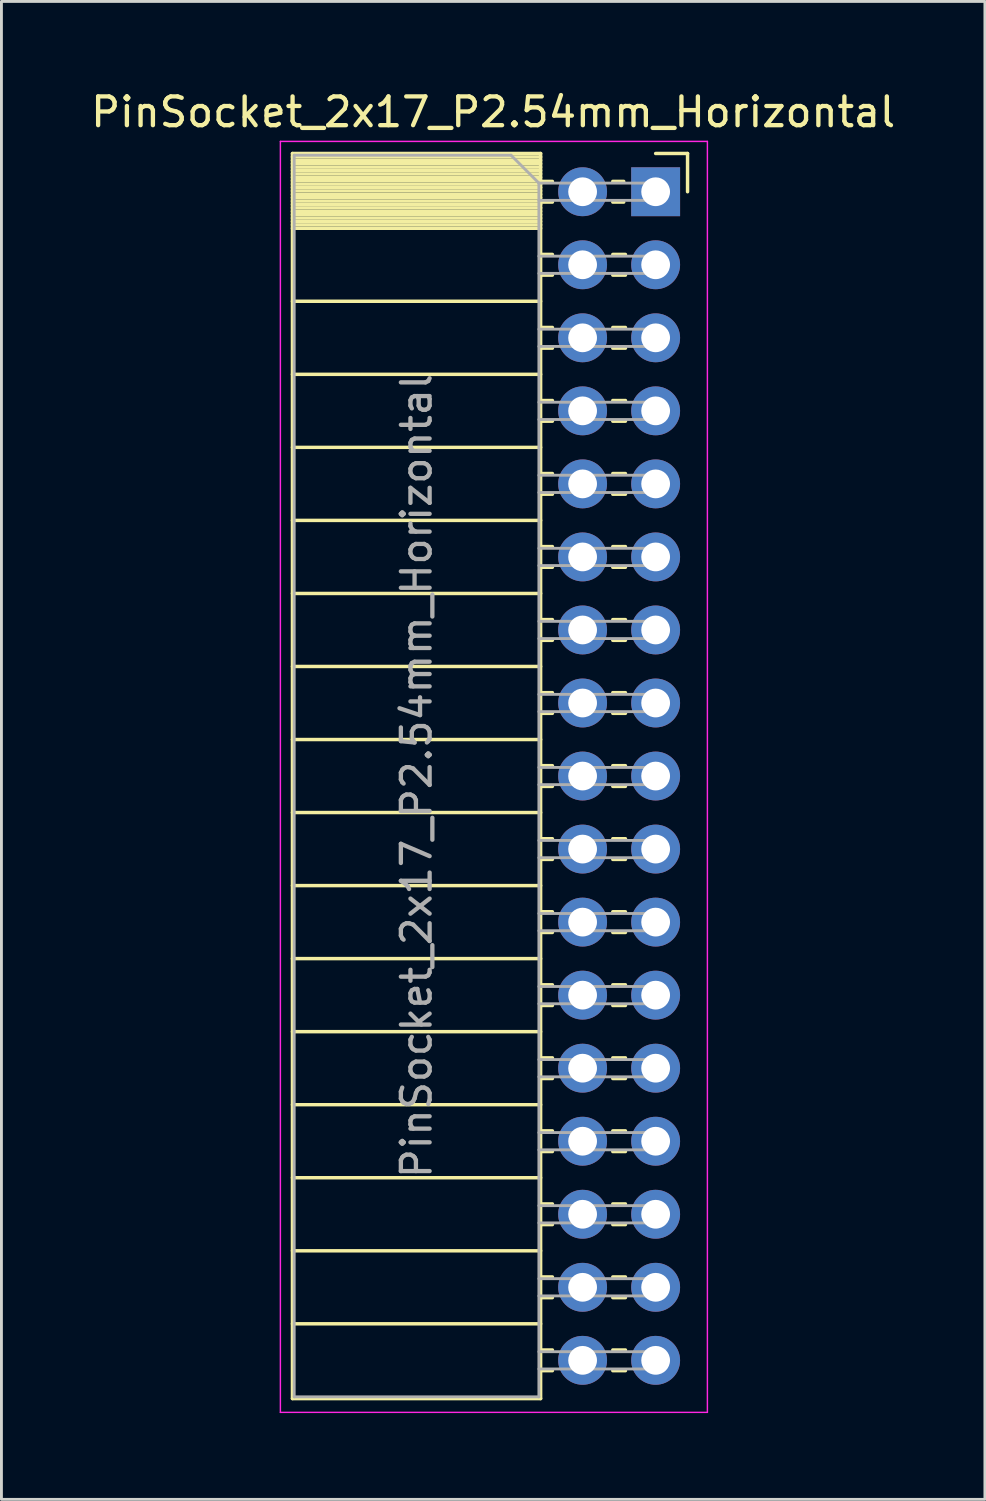
<source format=kicad_pcb>
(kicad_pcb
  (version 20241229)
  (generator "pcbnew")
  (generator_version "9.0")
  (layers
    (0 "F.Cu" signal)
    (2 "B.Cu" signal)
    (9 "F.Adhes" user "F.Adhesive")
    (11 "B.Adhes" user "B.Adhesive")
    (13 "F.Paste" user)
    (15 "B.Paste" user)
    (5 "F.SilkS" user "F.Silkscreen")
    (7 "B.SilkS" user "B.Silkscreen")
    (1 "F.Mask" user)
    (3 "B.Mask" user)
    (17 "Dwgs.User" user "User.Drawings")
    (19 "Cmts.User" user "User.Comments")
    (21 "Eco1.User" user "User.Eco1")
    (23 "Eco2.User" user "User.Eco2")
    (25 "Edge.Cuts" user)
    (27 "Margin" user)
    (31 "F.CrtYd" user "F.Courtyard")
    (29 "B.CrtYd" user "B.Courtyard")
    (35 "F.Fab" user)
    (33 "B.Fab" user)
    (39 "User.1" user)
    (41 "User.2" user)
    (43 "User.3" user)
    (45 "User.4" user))
  (footprint "PinSocket_2x17_P2.54mm_Horizontal"
    (layer "F.Cu")
    (at 19.751 3.618)
    (property "Reference" "PinSocket_2x17_P2.54mm_Horizontal" (at -5.65 -2.77 0) (layer "F.SilkS") (effects (font (size 1 1) (thickness 0.15))))
    (attr through_hole)
    (fp_line (start -12.63 -1.33) (end -12.63 41.97) (stroke (width 0.12) (type solid)) (layer "F.SilkS"))
    (fp_line (start -12.63 -1.33) (end -4 -1.33) (stroke (width 0.12) (type solid)) (layer "F.SilkS"))
    (fp_line (start -12.63 -1.21) (end -4 -1.21) (stroke (width 0.12) (type solid)) (layer "F.SilkS"))
    (fp_line (start -12.63 -1.092) (end -4 -1.092) (stroke (width 0.12) (type solid)) (layer "F.SilkS"))
    (fp_line (start -12.63 -0.974) (end -4 -0.974) (stroke (width 0.12) (type solid)) (layer "F.SilkS"))
    (fp_line (start -12.63 -0.856) (end -4 -0.856) (stroke (width 0.12) (type solid)) (layer "F.SilkS"))
    (fp_line (start -12.63 -0.738) (end -4 -0.738) (stroke (width 0.12) (type solid)) (layer "F.SilkS"))
    (fp_line (start -12.63 -0.62) (end -4 -0.62) (stroke (width 0.12) (type solid)) (layer "F.SilkS"))
    (fp_line (start -12.63 -0.501) (end -4 -0.501) (stroke (width 0.12) (type solid)) (layer "F.SilkS"))
    (fp_line (start -12.63 -0.383) (end -4 -0.383) (stroke (width 0.12) (type solid)) (layer "F.SilkS"))
    (fp_line (start -12.63 -0.265) (end -4 -0.265) (stroke (width 0.12) (type solid)) (layer "F.SilkS"))
    (fp_line (start -12.63 -0.147) (end -4 -0.147) (stroke (width 0.12) (type solid)) (layer "F.SilkS"))
    (fp_line (start -12.63 -0.029) (end -4 -0.029) (stroke (width 0.12) (type solid)) (layer "F.SilkS"))
    (fp_line (start -12.63 0.089) (end -4 0.089) (stroke (width 0.12) (type solid)) (layer "F.SilkS"))
    (fp_line (start -12.63 0.207) (end -4 0.207) (stroke (width 0.12) (type solid)) (layer "F.SilkS"))
    (fp_line (start -12.63 0.325) (end -4 0.325) (stroke (width 0.12) (type solid)) (layer "F.SilkS"))
    (fp_line (start -12.63 0.443) (end -4 0.443) (stroke (width 0.12) (type solid)) (layer "F.SilkS"))
    (fp_line (start -12.63 0.561) (end -4 0.561) (stroke (width 0.12) (type solid)) (layer "F.SilkS"))
    (fp_line (start -12.63 0.68) (end -4 0.68) (stroke (width 0.12) (type solid)) (layer "F.SilkS"))
    (fp_line (start -12.63 0.798) (end -4 0.798) (stroke (width 0.12) (type solid)) (layer "F.SilkS"))
    (fp_line (start -12.63 0.916) (end -4 0.916) (stroke (width 0.12) (type solid)) (layer "F.SilkS"))
    (fp_line (start -12.63 1.034) (end -4 1.034) (stroke (width 0.12) (type solid)) (layer "F.SilkS"))
    (fp_line (start -12.63 1.152) (end -4 1.152) (stroke (width 0.12) (type solid)) (layer "F.SilkS"))
    (fp_line (start -12.63 1.27) (end -4 1.27) (stroke (width 0.12) (type solid)) (layer "F.SilkS"))
    (fp_line (start -12.63 3.81) (end -4 3.81) (stroke (width 0.12) (type solid)) (layer "F.SilkS"))
    (fp_line (start -12.63 6.35) (end -4 6.35) (stroke (width 0.12) (type solid)) (layer "F.SilkS"))
    (fp_line (start -12.63 8.89) (end -4 8.89) (stroke (width 0.12) (type solid)) (layer "F.SilkS"))
    (fp_line (start -12.63 11.43) (end -4 11.43) (stroke (width 0.12) (type solid)) (layer "F.SilkS"))
    (fp_line (start -12.63 13.97) (end -4 13.97) (stroke (width 0.12) (type solid)) (layer "F.SilkS"))
    (fp_line (start -12.63 16.51) (end -4 16.51) (stroke (width 0.12) (type solid)) (layer "F.SilkS"))
    (fp_line (start -12.63 19.05) (end -4 19.05) (stroke (width 0.12) (type solid)) (layer "F.SilkS"))
    (fp_line (start -12.63 21.59) (end -4 21.59) (stroke (width 0.12) (type solid)) (layer "F.SilkS"))
    (fp_line (start -12.63 24.13) (end -4 24.13) (stroke (width 0.12) (type solid)) (layer "F.SilkS"))
    (fp_line (start -12.63 26.67) (end -4 26.67) (stroke (width 0.12) (type solid)) (layer "F.SilkS"))
    (fp_line (start -12.63 29.21) (end -4 29.21) (stroke (width 0.12) (type solid)) (layer "F.SilkS"))
    (fp_line (start -12.63 31.75) (end -4 31.75) (stroke (width 0.12) (type solid)) (layer "F.SilkS"))
    (fp_line (start -12.63 34.29) (end -4 34.29) (stroke (width 0.12) (type solid)) (layer "F.SilkS"))
    (fp_line (start -12.63 36.83) (end -4 36.83) (stroke (width 0.12) (type solid)) (layer "F.SilkS"))
    (fp_line (start -12.63 39.37) (end -4 39.37) (stroke (width 0.12) (type solid)) (layer "F.SilkS"))
    (fp_line (start -12.63 41.97) (end -4 41.97) (stroke (width 0.12) (type solid)) (layer "F.SilkS"))
    (fp_line (start -4 -1.33) (end -4 41.97) (stroke (width 0.12) (type solid)) (layer "F.SilkS"))
    (fp_line (start -4 -0.36) (end -3.59 -0.36) (stroke (width 0.12) (type solid)) (layer "F.SilkS"))
    (fp_line (start -4 0.36) (end -3.59 0.36) (stroke (width 0.12) (type solid)) (layer "F.SilkS"))
    (fp_line (start -4 2.18) (end -3.59 2.18) (stroke (width 0.12) (type solid)) (layer "F.SilkS"))
    (fp_line (start -4 2.9) (end -3.59 2.9) (stroke (width 0.12) (type solid)) (layer "F.SilkS"))
    (fp_line (start -4 4.72) (end -3.59 4.72) (stroke (width 0.12) (type solid)) (layer "F.SilkS"))
    (fp_line (start -4 5.44) (end -3.59 5.44) (stroke (width 0.12) (type solid)) (layer "F.SilkS"))
    (fp_line (start -4 7.26) (end -3.59 7.26) (stroke (width 0.12) (type solid)) (layer "F.SilkS"))
    (fp_line (start -4 7.98) (end -3.59 7.98) (stroke (width 0.12) (type solid)) (layer "F.SilkS"))
    (fp_line (start -4 9.8) (end -3.59 9.8) (stroke (width 0.12) (type solid)) (layer "F.SilkS"))
    (fp_line (start -4 10.52) (end -3.59 10.52) (stroke (width 0.12) (type solid)) (layer "F.SilkS"))
    (fp_line (start -4 12.34) (end -3.59 12.34) (stroke (width 0.12) (type solid)) (layer "F.SilkS"))
    (fp_line (start -4 13.06) (end -3.59 13.06) (stroke (width 0.12) (type solid)) (layer "F.SilkS"))
    (fp_line (start -4 14.88) (end -3.59 14.88) (stroke (width 0.12) (type solid)) (layer "F.SilkS"))
    (fp_line (start -4 15.6) (end -3.59 15.6) (stroke (width 0.12) (type solid)) (layer "F.SilkS"))
    (fp_line (start -4 17.42) (end -3.59 17.42) (stroke (width 0.12) (type solid)) (layer "F.SilkS"))
    (fp_line (start -4 18.14) (end -3.59 18.14) (stroke (width 0.12) (type solid)) (layer "F.SilkS"))
    (fp_line (start -4 19.96) (end -3.59 19.96) (stroke (width 0.12) (type solid)) (layer "F.SilkS"))
    (fp_line (start -4 20.68) (end -3.59 20.68) (stroke (width 0.12) (type solid)) (layer "F.SilkS"))
    (fp_line (start -4 22.5) (end -3.59 22.5) (stroke (width 0.12) (type solid)) (layer "F.SilkS"))
    (fp_line (start -4 23.22) (end -3.59 23.22) (stroke (width 0.12) (type solid)) (layer "F.SilkS"))
    (fp_line (start -4 25.04) (end -3.59 25.04) (stroke (width 0.12) (type solid)) (layer "F.SilkS"))
    (fp_line (start -4 25.76) (end -3.59 25.76) (stroke (width 0.12) (type solid)) (layer "F.SilkS"))
    (fp_line (start -4 27.58) (end -3.59 27.58) (stroke (width 0.12) (type solid)) (layer "F.SilkS"))
    (fp_line (start -4 28.3) (end -3.59 28.3) (stroke (width 0.12) (type solid)) (layer "F.SilkS"))
    (fp_line (start -4 30.12) (end -3.59 30.12) (stroke (width 0.12) (type solid)) (layer "F.SilkS"))
    (fp_line (start -4 30.84) (end -3.59 30.84) (stroke (width 0.12) (type solid)) (layer "F.SilkS"))
    (fp_line (start -4 32.66) (end -3.59 32.66) (stroke (width 0.12) (type solid)) (layer "F.SilkS"))
    (fp_line (start -4 33.38) (end -3.59 33.38) (stroke (width 0.12) (type solid)) (layer "F.SilkS"))
    (fp_line (start -4 35.2) (end -3.59 35.2) (stroke (width 0.12) (type solid)) (layer "F.SilkS"))
    (fp_line (start -4 35.92) (end -3.59 35.92) (stroke (width 0.12) (type solid)) (layer "F.SilkS"))
    (fp_line (start -4 37.74) (end -3.59 37.74) (stroke (width 0.12) (type solid)) (layer "F.SilkS"))
    (fp_line (start -4 38.46) (end -3.59 38.46) (stroke (width 0.12) (type solid)) (layer "F.SilkS"))
    (fp_line (start -4 40.28) (end -3.59 40.28) (stroke (width 0.12) (type solid)) (layer "F.SilkS"))
    (fp_line (start -4 41) (end -3.59 41) (stroke (width 0.12) (type solid)) (layer "F.SilkS"))
    (fp_line (start -1.49 -0.36) (end -1.11 -0.36) (stroke (width 0.12) (type solid)) (layer "F.SilkS"))
    (fp_line (start -1.49 0.36) (end -1.11 0.36) (stroke (width 0.12) (type solid)) (layer "F.SilkS"))
    (fp_line (start -1.49 2.18) (end -1.05 2.18) (stroke (width 0.12) (type solid)) (layer "F.SilkS"))
    (fp_line (start -1.49 2.9) (end -1.05 2.9) (stroke (width 0.12) (type solid)) (layer "F.SilkS"))
    (fp_line (start -1.49 4.72) (end -1.05 4.72) (stroke (width 0.12) (type solid)) (layer "F.SilkS"))
    (fp_line (start -1.49 5.44) (end -1.05 5.44) (stroke (width 0.12) (type solid)) (layer "F.SilkS"))
    (fp_line (start -1.49 7.26) (end -1.05 7.26) (stroke (width 0.12) (type solid)) (layer "F.SilkS"))
    (fp_line (start -1.49 7.98) (end -1.05 7.98) (stroke (width 0.12) (type solid)) (layer "F.SilkS"))
    (fp_line (start -1.49 9.8) (end -1.05 9.8) (stroke (width 0.12) (type solid)) (layer "F.SilkS"))
    (fp_line (start -1.49 10.52) (end -1.05 10.52) (stroke (width 0.12) (type solid)) (layer "F.SilkS"))
    (fp_line (start -1.49 12.34) (end -1.05 12.34) (stroke (width 0.12) (type solid)) (layer "F.SilkS"))
    (fp_line (start -1.49 13.06) (end -1.05 13.06) (stroke (width 0.12) (type solid)) (layer "F.SilkS"))
    (fp_line (start -1.49 14.88) (end -1.05 14.88) (stroke (width 0.12) (type solid)) (layer "F.SilkS"))
    (fp_line (start -1.49 15.6) (end -1.05 15.6) (stroke (width 0.12) (type solid)) (layer "F.SilkS"))
    (fp_line (start -1.49 17.42) (end -1.05 17.42) (stroke (width 0.12) (type solid)) (layer "F.SilkS"))
    (fp_line (start -1.49 18.14) (end -1.05 18.14) (stroke (width 0.12) (type solid)) (layer "F.SilkS"))
    (fp_line (start -1.49 19.96) (end -1.05 19.96) (stroke (width 0.12) (type solid)) (layer "F.SilkS"))
    (fp_line (start -1.49 20.68) (end -1.05 20.68) (stroke (width 0.12) (type solid)) (layer "F.SilkS"))
    (fp_line (start -1.49 22.5) (end -1.05 22.5) (stroke (width 0.12) (type solid)) (layer "F.SilkS"))
    (fp_line (start -1.49 23.22) (end -1.05 23.22) (stroke (width 0.12) (type solid)) (layer "F.SilkS"))
    (fp_line (start -1.49 25.04) (end -1.05 25.04) (stroke (width 0.12) (type solid)) (layer "F.SilkS"))
    (fp_line (start -1.49 25.76) (end -1.05 25.76) (stroke (width 0.12) (type solid)) (layer "F.SilkS"))
    (fp_line (start -1.49 27.58) (end -1.05 27.58) (stroke (width 0.12) (type solid)) (layer "F.SilkS"))
    (fp_line (start -1.49 28.3) (end -1.05 28.3) (stroke (width 0.12) (type solid)) (layer "F.SilkS"))
    (fp_line (start -1.49 30.12) (end -1.05 30.12) (stroke (width 0.12) (type solid)) (layer "F.SilkS"))
    (fp_line (start -1.49 30.84) (end -1.05 30.84) (stroke (width 0.12) (type solid)) (layer "F.SilkS"))
    (fp_line (start -1.49 32.66) (end -1.05 32.66) (stroke (width 0.12) (type solid)) (layer "F.SilkS"))
    (fp_line (start -1.49 33.38) (end -1.05 33.38) (stroke (width 0.12) (type solid)) (layer "F.SilkS"))
    (fp_line (start -1.49 35.2) (end -1.05 35.2) (stroke (width 0.12) (type solid)) (layer "F.SilkS"))
    (fp_line (start -1.49 35.92) (end -1.05 35.92) (stroke (width 0.12) (type solid)) (layer "F.SilkS"))
    (fp_line (start -1.49 37.74) (end -1.05 37.74) (stroke (width 0.12) (type solid)) (layer "F.SilkS"))
    (fp_line (start -1.49 38.46) (end -1.05 38.46) (stroke (width 0.12) (type solid)) (layer "F.SilkS"))
    (fp_line (start -1.49 40.28) (end -1.05 40.28) (stroke (width 0.12) (type solid)) (layer "F.SilkS"))
    (fp_line (start -1.49 41) (end -1.05 41) (stroke (width 0.12) (type solid)) (layer "F.SilkS"))
    (fp_line (start 0 -1.33) (end 1.11 -1.33) (stroke (width 0.12) (type solid)) (layer "F.SilkS"))
    (fp_line (start 1.11 -1.33) (end 1.11 0) (stroke (width 0.12) (type solid)) (layer "F.SilkS"))
    (fp_line (start -13.05 -1.75) (end -13.05 42.45) (stroke (width 0.05) (type solid)) (layer "F.CrtYd"))
    (fp_line (start -13.05 42.45) (end 1.8 42.45) (stroke (width 0.05) (type solid)) (layer "F.CrtYd"))
    (fp_line (start 1.8 -1.75) (end -13.05 -1.75) (stroke (width 0.05) (type solid)) (layer "F.CrtYd"))
    (fp_line (start 1.8 42.45) (end 1.8 -1.75) (stroke (width 0.05) (type solid)) (layer "F.CrtYd"))
    (fp_line (start -12.57 -1.27) (end -5.03 -1.27) (stroke (width 0.1) (type solid)) (layer "F.Fab"))
    (fp_line (start -12.57 41.91) (end -12.57 -1.27) (stroke (width 0.1) (type solid)) (layer "F.Fab"))
    (fp_line (start -5.03 -1.27) (end -4.06 -0.3) (stroke (width 0.1) (type solid)) (layer "F.Fab"))
    (fp_line (start -4.06 -0.3) (end -4.06 41.91) (stroke (width 0.1) (type solid)) (layer "F.Fab"))
    (fp_line (start -4.06 0.3) (end 0 0.3) (stroke (width 0.1) (type solid)) (layer "F.Fab"))
    (fp_line (start -4.06 2.84) (end 0 2.84) (stroke (width 0.1) (type solid)) (layer "F.Fab"))
    (fp_line (start -4.06 5.38) (end 0 5.38) (stroke (width 0.1) (type solid)) (layer "F.Fab"))
    (fp_line (start -4.06 7.92) (end 0 7.92) (stroke (width 0.1) (type solid)) (layer "F.Fab"))
    (fp_line (start -4.06 10.46) (end 0 10.46) (stroke (width 0.1) (type solid)) (layer "F.Fab"))
    (fp_line (start -4.06 13) (end 0 13) (stroke (width 0.1) (type solid)) (layer "F.Fab"))
    (fp_line (start -4.06 15.54) (end 0 15.54) (stroke (width 0.1) (type solid)) (layer "F.Fab"))
    (fp_line (start -4.06 18.08) (end 0 18.08) (stroke (width 0.1) (type solid)) (layer "F.Fab"))
    (fp_line (start -4.06 20.62) (end 0 20.62) (stroke (width 0.1) (type solid)) (layer "F.Fab"))
    (fp_line (start -4.06 23.16) (end 0 23.16) (stroke (width 0.1) (type solid)) (layer "F.Fab"))
    (fp_line (start -4.06 25.7) (end 0 25.7) (stroke (width 0.1) (type solid)) (layer "F.Fab"))
    (fp_line (start -4.06 28.24) (end 0 28.24) (stroke (width 0.1) (type solid)) (layer "F.Fab"))
    (fp_line (start -4.06 30.78) (end 0 30.78) (stroke (width 0.1) (type solid)) (layer "F.Fab"))
    (fp_line (start -4.06 33.32) (end 0 33.32) (stroke (width 0.1) (type solid)) (layer "F.Fab"))
    (fp_line (start -4.06 35.86) (end 0 35.86) (stroke (width 0.1) (type solid)) (layer "F.Fab"))
    (fp_line (start -4.06 38.4) (end 0 38.4) (stroke (width 0.1) (type solid)) (layer "F.Fab"))
    (fp_line (start -4.06 40.94) (end 0 40.94) (stroke (width 0.1) (type solid)) (layer "F.Fab"))
    (fp_line (start -4.06 41.91) (end -12.57 41.91) (stroke (width 0.1) (type solid)) (layer "F.Fab"))
    (fp_line (start 0 -0.3) (end -4.06 -0.3) (stroke (width 0.1) (type solid)) (layer "F.Fab"))
    (fp_line (start 0 0.3) (end 0 -0.3) (stroke (width 0.1) (type solid)) (layer "F.Fab"))
    (fp_line (start 0 2.24) (end -4.06 2.24) (stroke (width 0.1) (type solid)) (layer "F.Fab"))
    (fp_line (start 0 2.84) (end 0 2.24) (stroke (width 0.1) (type solid)) (layer "F.Fab"))
    (fp_line (start 0 4.78) (end -4.06 4.78) (stroke (width 0.1) (type solid)) (layer "F.Fab"))
    (fp_line (start 0 5.38) (end 0 4.78) (stroke (width 0.1) (type solid)) (layer "F.Fab"))
    (fp_line (start 0 7.32) (end -4.06 7.32) (stroke (width 0.1) (type solid)) (layer "F.Fab"))
    (fp_line (start 0 7.92) (end 0 7.32) (stroke (width 0.1) (type solid)) (layer "F.Fab"))
    (fp_line (start 0 9.86) (end -4.06 9.86) (stroke (width 0.1) (type solid)) (layer "F.Fab"))
    (fp_line (start 0 10.46) (end 0 9.86) (stroke (width 0.1) (type solid)) (layer "F.Fab"))
    (fp_line (start 0 12.4) (end -4.06 12.4) (stroke (width 0.1) (type solid)) (layer "F.Fab"))
    (fp_line (start 0 13) (end 0 12.4) (stroke (width 0.1) (type solid)) (layer "F.Fab"))
    (fp_line (start 0 14.94) (end -4.06 14.94) (stroke (width 0.1) (type solid)) (layer "F.Fab"))
    (fp_line (start 0 15.54) (end 0 14.94) (stroke (width 0.1) (type solid)) (layer "F.Fab"))
    (fp_line (start 0 17.48) (end -4.06 17.48) (stroke (width 0.1) (type solid)) (layer "F.Fab"))
    (fp_line (start 0 18.08) (end 0 17.48) (stroke (width 0.1) (type solid)) (layer "F.Fab"))
    (fp_line (start 0 20.02) (end -4.06 20.02) (stroke (width 0.1) (type solid)) (layer "F.Fab"))
    (fp_line (start 0 20.62) (end 0 20.02) (stroke (width 0.1) (type solid)) (layer "F.Fab"))
    (fp_line (start 0 22.56) (end -4.06 22.56) (stroke (width 0.1) (type solid)) (layer "F.Fab"))
    (fp_line (start 0 23.16) (end 0 22.56) (stroke (width 0.1) (type solid)) (layer "F.Fab"))
    (fp_line (start 0 25.1) (end -4.06 25.1) (stroke (width 0.1) (type solid)) (layer "F.Fab"))
    (fp_line (start 0 25.7) (end 0 25.1) (stroke (width 0.1) (type solid)) (layer "F.Fab"))
    (fp_line (start 0 27.64) (end -4.06 27.64) (stroke (width 0.1) (type solid)) (layer "F.Fab"))
    (fp_line (start 0 28.24) (end 0 27.64) (stroke (width 0.1) (type solid)) (layer "F.Fab"))
    (fp_line (start 0 30.18) (end -4.06 30.18) (stroke (width 0.1) (type solid)) (layer "F.Fab"))
    (fp_line (start 0 30.78) (end 0 30.18) (stroke (width 0.1) (type solid)) (layer "F.Fab"))
    (fp_line (start 0 32.72) (end -4.06 32.72) (stroke (width 0.1) (type solid)) (layer "F.Fab"))
    (fp_line (start 0 33.32) (end 0 32.72) (stroke (width 0.1) (type solid)) (layer "F.Fab"))
    (fp_line (start 0 35.26) (end -4.06 35.26) (stroke (width 0.1) (type solid)) (layer "F.Fab"))
    (fp_line (start 0 35.86) (end 0 35.26) (stroke (width 0.1) (type solid)) (layer "F.Fab"))
    (fp_line (start 0 37.8) (end -4.06 37.8) (stroke (width 0.1) (type solid)) (layer "F.Fab"))
    (fp_line (start 0 38.4) (end 0 37.8) (stroke (width 0.1) (type solid)) (layer "F.Fab"))
    (fp_line (start 0 40.34) (end -4.06 40.34) (stroke (width 0.1) (type solid)) (layer "F.Fab"))
    (fp_line (start 0 40.94) (end 0 40.34) (stroke (width 0.1) (type solid)) (layer "F.Fab"))
    (fp_text user "${REFERENCE}" (at -8.315 20.32 90) (layer "F.Fab") (effects (font (size 1 1) (thickness 0.15))))
    (pad "1" thru_hole rect (at 0 0) (size 1.7 1.7) (drill 1) (layers "*.Cu" "*.Mask"))
    (pad "2" thru_hole oval (at -2.54 0) (size 1.7 1.7) (drill 1) (layers "*.Cu" "*.Mask"))
    (pad "3" thru_hole oval (at 0 2.54) (size 1.7 1.7) (drill 1) (layers "*.Cu" "*.Mask"))
    (pad "4" thru_hole oval (at -2.54 2.54) (size 1.7 1.7) (drill 1) (layers "*.Cu" "*.Mask"))
    (pad "5" thru_hole oval (at 0 5.08) (size 1.7 1.7) (drill 1) (layers "*.Cu" "*.Mask"))
    (pad "6" thru_hole oval (at -2.54 5.08) (size 1.7 1.7) (drill 1) (layers "*.Cu" "*.Mask"))
    (pad "7" thru_hole oval (at 0 7.62) (size 1.7 1.7) (drill 1) (layers "*.Cu" "*.Mask"))
    (pad "8" thru_hole oval (at -2.54 7.62) (size 1.7 1.7) (drill 1) (layers "*.Cu" "*.Mask"))
    (pad "9" thru_hole oval (at 0 10.16) (size 1.7 1.7) (drill 1) (layers "*.Cu" "*.Mask"))
    (pad "10" thru_hole oval (at -2.54 10.16) (size 1.7 1.7) (drill 1) (layers "*.Cu" "*.Mask"))
    (pad "11" thru_hole oval (at 0 12.7) (size 1.7 1.7) (drill 1) (layers "*.Cu" "*.Mask"))
    (pad "12" thru_hole oval (at -2.54 12.7) (size 1.7 1.7) (drill 1) (layers "*.Cu" "*.Mask"))
    (pad "13" thru_hole oval (at 0 15.24) (size 1.7 1.7) (drill 1) (layers "*.Cu" "*.Mask"))
    (pad "14" thru_hole oval (at -2.54 15.24) (size 1.7 1.7) (drill 1) (layers "*.Cu" "*.Mask"))
    (pad "15" thru_hole oval (at 0 17.78) (size 1.7 1.7) (drill 1) (layers "*.Cu" "*.Mask"))
    (pad "16" thru_hole oval (at -2.54 17.78) (size 1.7 1.7) (drill 1) (layers "*.Cu" "*.Mask"))
    (pad "17" thru_hole oval (at 0 20.32) (size 1.7 1.7) (drill 1) (layers "*.Cu" "*.Mask"))
    (pad "18" thru_hole oval (at -2.54 20.32) (size 1.7 1.7) (drill 1) (layers "*.Cu" "*.Mask"))
    (pad "19" thru_hole oval (at 0 22.86) (size 1.7 1.7) (drill 1) (layers "*.Cu" "*.Mask"))
    (pad "20" thru_hole oval (at -2.54 22.86) (size 1.7 1.7) (drill 1) (layers "*.Cu" "*.Mask"))
    (pad "21" thru_hole oval (at 0 25.4) (size 1.7 1.7) (drill 1) (layers "*.Cu" "*.Mask"))
    (pad "22" thru_hole oval (at -2.54 25.4) (size 1.7 1.7) (drill 1) (layers "*.Cu" "*.Mask"))
    (pad "23" thru_hole oval (at 0 27.94) (size 1.7 1.7) (drill 1) (layers "*.Cu" "*.Mask"))
    (pad "24" thru_hole oval (at -2.54 27.94) (size 1.7 1.7) (drill 1) (layers "*.Cu" "*.Mask"))
    (pad "25" thru_hole oval (at 0 30.48) (size 1.7 1.7) (drill 1) (layers "*.Cu" "*.Mask"))
    (pad "26" thru_hole oval (at -2.54 30.48) (size 1.7 1.7) (drill 1) (layers "*.Cu" "*.Mask"))
    (pad "27" thru_hole oval (at 0 33.02) (size 1.7 1.7) (drill 1) (layers "*.Cu" "*.Mask"))
    (pad "28" thru_hole oval (at -2.54 33.02) (size 1.7 1.7) (drill 1) (layers "*.Cu" "*.Mask"))
    (pad "29" thru_hole oval (at 0 35.56) (size 1.7 1.7) (drill 1) (layers "*.Cu" "*.Mask"))
    (pad "30" thru_hole oval (at -2.54 35.56) (size 1.7 1.7) (drill 1) (layers "*.Cu" "*.Mask"))
    (pad "31" thru_hole oval (at 0 38.1) (size 1.7 1.7) (drill 1) (layers "*.Cu" "*.Mask"))
    (pad "32" thru_hole oval (at -2.54 38.1) (size 1.7 1.7) (drill 1) (layers "*.Cu" "*.Mask"))
    (pad "33" thru_hole oval (at 0 40.64) (size 1.7 1.7) (drill 1) (layers "*.Cu" "*.Mask"))
    (pad "34" thru_hole oval (at -2.54 40.64) (size 1.7 1.7) (drill 1) (layers "*.Cu" "*.Mask")))
  (gr_rect
    (start -3 -3)
    (end 31.202 49.093)
    (stroke (width 0.1) (type default))
    (fill no)
    (layer "Edge.Cuts")))
</source>
